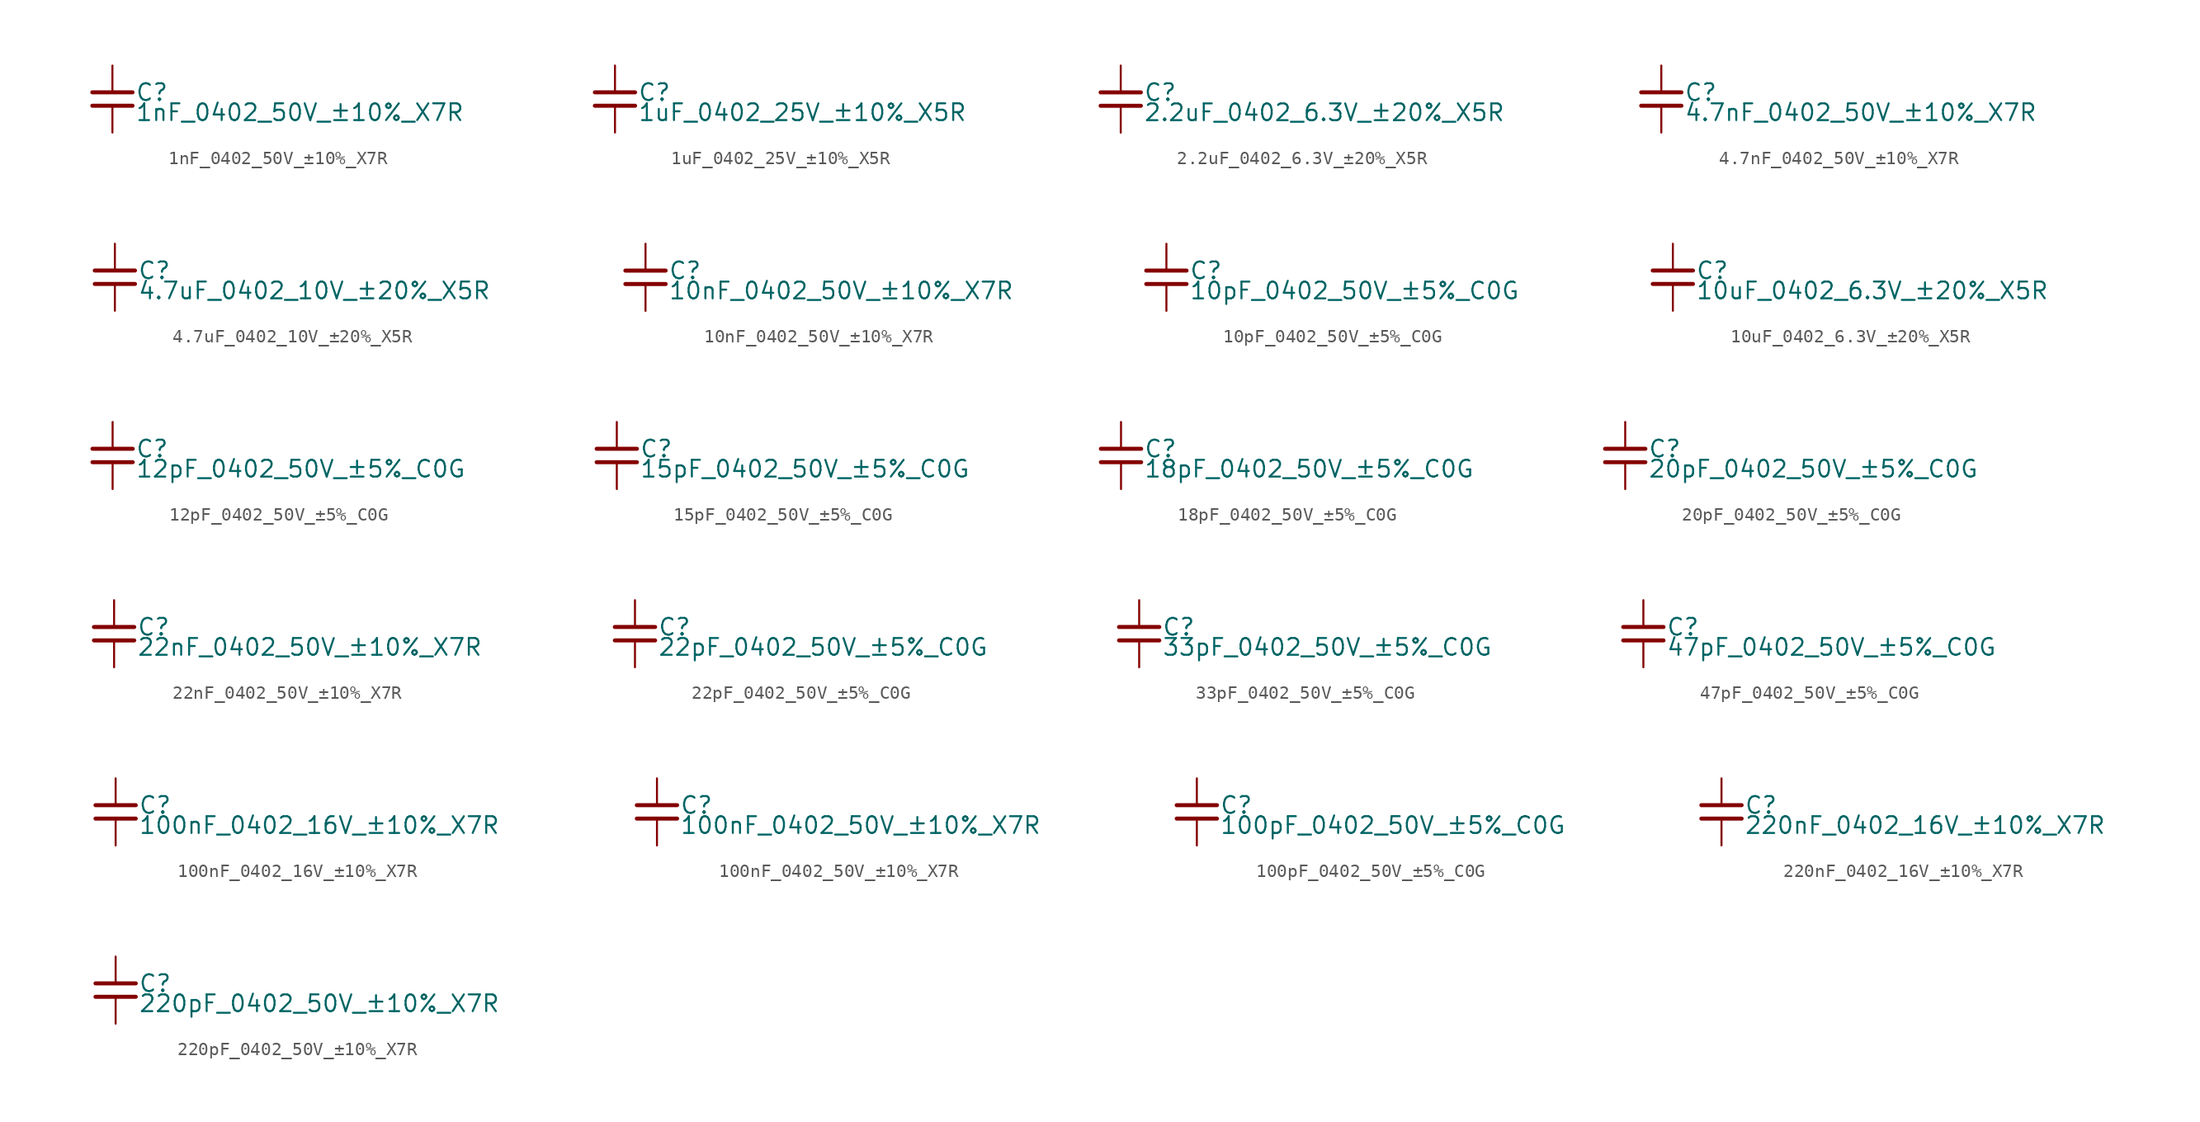
<source format=kicad_sym>
(kicad_symbol_lib
  (version 20200101)
  (generator kicad-library-utils)
  (symbol "1nF_0402_50V_±10%_X7R"
    (property "Reference" "C"
      (at 1.71 0.508 0.0)
      (effects (font (size 1.27 1.27)) (justify left)))
    (property "Value" "1nF_0402_50V_±10%_X7R"
      (at 1.71 -1.016 0.0)
      (effects (font (size 1.27 1.27)) (justify left)))
    (property "ki_fp_filters" ""
      (at 0.0 0.0 0.0)
      (effects (font (size 1.27 1.27))))
    (symbol "1nF_0402_50V_±10%_X7R_0_0"
      (polyline (pts (xy -1.524 -0.508) (xy 1.524 -0.508)) (stroke (width 0.305)) (fill (type none)))
      (polyline (pts (xy -1.524 0.508) (xy 1.524 0.508)) (stroke (width 0.305)) (fill (type none)))
      (pin passive line (at 0 2.54 270) (length 2.032) (name "~" (effects (font (size 0 0)) hide)) (number "1" (effects (font (size 0 0)) hide)))
      (pin passive line (at 0 -2.54 90) (length 2.032) (name "~" (effects (font (size 0 0)) hide)) (number "2" (effects (font (size 0 0)) hide)))))
  (symbol "1uF_0402_25V_±10%_X5R"
    (property "Reference" "C"
      (at 1.71 0.508 0.0)
      (effects (font (size 1.27 1.27)) (justify left)))
    (property "Value" "1uF_0402_25V_±10%_X5R"
      (at 1.71 -1.016 0.0)
      (effects (font (size 1.27 1.27)) (justify left)))
    (property "ki_fp_filters" ""
      (at 0.0 0.0 0.0)
      (effects (font (size 1.27 1.27))))
    (symbol "1uF_0402_25V_±10%_X5R_0_0"
      (polyline (pts (xy -1.524 -0.508) (xy 1.524 -0.508)) (stroke (width 0.305)) (fill (type none)))
      (polyline (pts (xy -1.524 0.508) (xy 1.524 0.508)) (stroke (width 0.305)) (fill (type none)))
      (pin passive line (at 0 2.54 270) (length 2.032) (name "~" (effects (font (size 0 0)) hide)) (number "1" (effects (font (size 0 0)) hide)))
      (pin passive line (at 0 -2.54 90) (length 2.032) (name "~" (effects (font (size 0 0)) hide)) (number "2" (effects (font (size 0 0)) hide)))))
  (symbol "2.2uF_0402_6.3V_±20%_X5R"
    (property "Reference" "C"
      (at 1.71 0.508 0.0)
      (effects (font (size 1.27 1.27)) (justify left)))
    (property "Value" "2.2uF_0402_6.3V_±20%_X5R"
      (at 1.71 -1.016 0.0)
      (effects (font (size 1.27 1.27)) (justify left)))
    (property "ki_fp_filters" ""
      (at 0.0 0.0 0.0)
      (effects (font (size 1.27 1.27))))
    (symbol "2.2uF_0402_6.3V_±20%_X5R_0_0"
      (polyline (pts (xy -1.524 -0.508) (xy 1.524 -0.508)) (stroke (width 0.305)) (fill (type none)))
      (polyline (pts (xy -1.524 0.508) (xy 1.524 0.508)) (stroke (width 0.305)) (fill (type none)))
      (pin passive line (at 0 2.54 270) (length 2.032) (name "~" (effects (font (size 0 0)) hide)) (number "1" (effects (font (size 0 0)) hide)))
      (pin passive line (at 0 -2.54 90) (length 2.032) (name "~" (effects (font (size 0 0)) hide)) (number "2" (effects (font (size 0 0)) hide)))))
  (symbol "4.7nF_0402_50V_±10%_X7R"
    (property "Reference" "C"
      (at 1.71 0.508 0.0)
      (effects (font (size 1.27 1.27)) (justify left)))
    (property "Value" "4.7nF_0402_50V_±10%_X7R"
      (at 1.71 -1.016 0.0)
      (effects (font (size 1.27 1.27)) (justify left)))
    (property "ki_fp_filters" ""
      (at 0.0 0.0 0.0)
      (effects (font (size 1.27 1.27))))
    (symbol "4.7nF_0402_50V_±10%_X7R_0_0"
      (polyline (pts (xy -1.524 -0.508) (xy 1.524 -0.508)) (stroke (width 0.305)) (fill (type none)))
      (polyline (pts (xy -1.524 0.508) (xy 1.524 0.508)) (stroke (width 0.305)) (fill (type none)))
      (pin passive line (at 0 2.54 270) (length 2.032) (name "~" (effects (font (size 0 0)) hide)) (number "1" (effects (font (size 0 0)) hide)))
      (pin passive line (at 0 -2.54 90) (length 2.032) (name "~" (effects (font (size 0 0)) hide)) (number "2" (effects (font (size 0 0)) hide)))))
  (symbol "4.7uF_0402_10V_±20%_X5R"
    (property "Reference" "C"
      (at 1.71 0.508 0.0)
      (effects (font (size 1.27 1.27)) (justify left)))
    (property "Value" "4.7uF_0402_10V_±20%_X5R"
      (at 1.71 -1.016 0.0)
      (effects (font (size 1.27 1.27)) (justify left)))
    (property "ki_fp_filters" ""
      (at 0.0 0.0 0.0)
      (effects (font (size 1.27 1.27))))
    (symbol "4.7uF_0402_10V_±20%_X5R_0_0"
      (polyline (pts (xy -1.524 -0.508) (xy 1.524 -0.508)) (stroke (width 0.305)) (fill (type none)))
      (polyline (pts (xy -1.524 0.508) (xy 1.524 0.508)) (stroke (width 0.305)) (fill (type none)))
      (pin passive line (at 0 2.54 270) (length 2.032) (name "~" (effects (font (size 0 0)) hide)) (number "1" (effects (font (size 0 0)) hide)))
      (pin passive line (at 0 -2.54 90) (length 2.032) (name "~" (effects (font (size 0 0)) hide)) (number "2" (effects (font (size 0 0)) hide)))))
  (symbol "10nF_0402_50V_±10%_X7R"
    (property "Reference" "C"
      (at 1.71 0.508 0.0)
      (effects (font (size 1.27 1.27)) (justify left)))
    (property "Value" "10nF_0402_50V_±10%_X7R"
      (at 1.71 -1.016 0.0)
      (effects (font (size 1.27 1.27)) (justify left)))
    (property "ki_fp_filters" ""
      (at 0.0 0.0 0.0)
      (effects (font (size 1.27 1.27))))
    (symbol "10nF_0402_50V_±10%_X7R_0_0"
      (polyline (pts (xy -1.524 -0.508) (xy 1.524 -0.508)) (stroke (width 0.305)) (fill (type none)))
      (polyline (pts (xy -1.524 0.508) (xy 1.524 0.508)) (stroke (width 0.305)) (fill (type none)))
      (pin passive line (at 0 2.54 270) (length 2.032) (name "~" (effects (font (size 0 0)) hide)) (number "1" (effects (font (size 0 0)) hide)))
      (pin passive line (at 0 -2.54 90) (length 2.032) (name "~" (effects (font (size 0 0)) hide)) (number "2" (effects (font (size 0 0)) hide)))))
  (symbol "10pF_0402_50V_±5%_C0G"
    (property "Reference" "C"
      (at 1.71 0.508 0.0)
      (effects (font (size 1.27 1.27)) (justify left)))
    (property "Value" "10pF_0402_50V_±5%_C0G"
      (at 1.71 -1.016 0.0)
      (effects (font (size 1.27 1.27)) (justify left)))
    (property "ki_fp_filters" ""
      (at 0.0 0.0 0.0)
      (effects (font (size 1.27 1.27))))
    (symbol "10pF_0402_50V_±5%_C0G_0_0"
      (polyline (pts (xy -1.524 -0.508) (xy 1.524 -0.508)) (stroke (width 0.305)) (fill (type none)))
      (polyline (pts (xy -1.524 0.508) (xy 1.524 0.508)) (stroke (width 0.305)) (fill (type none)))
      (pin passive line (at 0 2.54 270) (length 2.032) (name "~" (effects (font (size 0 0)) hide)) (number "1" (effects (font (size 0 0)) hide)))
      (pin passive line (at 0 -2.54 90) (length 2.032) (name "~" (effects (font (size 0 0)) hide)) (number "2" (effects (font (size 0 0)) hide)))))
  (symbol "10uF_0402_6.3V_±20%_X5R"
    (property "Reference" "C"
      (at 1.71 0.508 0.0)
      (effects (font (size 1.27 1.27)) (justify left)))
    (property "Value" "10uF_0402_6.3V_±20%_X5R"
      (at 1.71 -1.016 0.0)
      (effects (font (size 1.27 1.27)) (justify left)))
    (property "ki_fp_filters" ""
      (at 0.0 0.0 0.0)
      (effects (font (size 1.27 1.27))))
    (symbol "10uF_0402_6.3V_±20%_X5R_0_0"
      (polyline (pts (xy -1.524 -0.508) (xy 1.524 -0.508)) (stroke (width 0.305)) (fill (type none)))
      (polyline (pts (xy -1.524 0.508) (xy 1.524 0.508)) (stroke (width 0.305)) (fill (type none)))
      (pin passive line (at 0 2.54 270) (length 2.032) (name "~" (effects (font (size 0 0)) hide)) (number "1" (effects (font (size 0 0)) hide)))
      (pin passive line (at 0 -2.54 90) (length 2.032) (name "~" (effects (font (size 0 0)) hide)) (number "2" (effects (font (size 0 0)) hide)))))
  (symbol "12pF_0402_50V_±5%_C0G"
    (property "Reference" "C"
      (at 1.71 0.508 0.0)
      (effects (font (size 1.27 1.27)) (justify left)))
    (property "Value" "12pF_0402_50V_±5%_C0G"
      (at 1.71 -1.016 0.0)
      (effects (font (size 1.27 1.27)) (justify left)))
    (property "ki_fp_filters" ""
      (at 0.0 0.0 0.0)
      (effects (font (size 1.27 1.27))))
    (symbol "12pF_0402_50V_±5%_C0G_0_0"
      (polyline (pts (xy -1.524 -0.508) (xy 1.524 -0.508)) (stroke (width 0.305)) (fill (type none)))
      (polyline (pts (xy -1.524 0.508) (xy 1.524 0.508)) (stroke (width 0.305)) (fill (type none)))
      (pin passive line (at 0 2.54 270) (length 2.032) (name "~" (effects (font (size 0 0)) hide)) (number "1" (effects (font (size 0 0)) hide)))
      (pin passive line (at 0 -2.54 90) (length 2.032) (name "~" (effects (font (size 0 0)) hide)) (number "2" (effects (font (size 0 0)) hide)))))
  (symbol "15pF_0402_50V_±5%_C0G"
    (property "Reference" "C"
      (at 1.71 0.508 0.0)
      (effects (font (size 1.27 1.27)) (justify left)))
    (property "Value" "15pF_0402_50V_±5%_C0G"
      (at 1.71 -1.016 0.0)
      (effects (font (size 1.27 1.27)) (justify left)))
    (property "ki_fp_filters" ""
      (at 0.0 0.0 0.0)
      (effects (font (size 1.27 1.27))))
    (symbol "15pF_0402_50V_±5%_C0G_0_0"
      (polyline (pts (xy -1.524 -0.508) (xy 1.524 -0.508)) (stroke (width 0.305)) (fill (type none)))
      (polyline (pts (xy -1.524 0.508) (xy 1.524 0.508)) (stroke (width 0.305)) (fill (type none)))
      (pin passive line (at 0 2.54 270) (length 2.032) (name "~" (effects (font (size 0 0)) hide)) (number "1" (effects (font (size 0 0)) hide)))
      (pin passive line (at 0 -2.54 90) (length 2.032) (name "~" (effects (font (size 0 0)) hide)) (number "2" (effects (font (size 0 0)) hide)))))
  (symbol "18pF_0402_50V_±5%_C0G"
    (property "Reference" "C"
      (at 1.71 0.508 0.0)
      (effects (font (size 1.27 1.27)) (justify left)))
    (property "Value" "18pF_0402_50V_±5%_C0G"
      (at 1.71 -1.016 0.0)
      (effects (font (size 1.27 1.27)) (justify left)))
    (property "ki_fp_filters" ""
      (at 0.0 0.0 0.0)
      (effects (font (size 1.27 1.27))))
    (symbol "18pF_0402_50V_±5%_C0G_0_0"
      (polyline (pts (xy -1.524 -0.508) (xy 1.524 -0.508)) (stroke (width 0.305)) (fill (type none)))
      (polyline (pts (xy -1.524 0.508) (xy 1.524 0.508)) (stroke (width 0.305)) (fill (type none)))
      (pin passive line (at 0 2.54 270) (length 2.032) (name "~" (effects (font (size 0 0)) hide)) (number "1" (effects (font (size 0 0)) hide)))
      (pin passive line (at 0 -2.54 90) (length 2.032) (name "~" (effects (font (size 0 0)) hide)) (number "2" (effects (font (size 0 0)) hide)))))
  (symbol "20pF_0402_50V_±5%_C0G"
    (property "Reference" "C"
      (at 1.71 0.508 0.0)
      (effects (font (size 1.27 1.27)) (justify left)))
    (property "Value" "20pF_0402_50V_±5%_C0G"
      (at 1.71 -1.016 0.0)
      (effects (font (size 1.27 1.27)) (justify left)))
    (property "ki_fp_filters" ""
      (at 0.0 0.0 0.0)
      (effects (font (size 1.27 1.27))))
    (symbol "20pF_0402_50V_±5%_C0G_0_0"
      (polyline (pts (xy -1.524 -0.508) (xy 1.524 -0.508)) (stroke (width 0.305)) (fill (type none)))
      (polyline (pts (xy -1.524 0.508) (xy 1.524 0.508)) (stroke (width 0.305)) (fill (type none)))
      (pin passive line (at 0 2.54 270) (length 2.032) (name "~" (effects (font (size 0 0)) hide)) (number "1" (effects (font (size 0 0)) hide)))
      (pin passive line (at 0 -2.54 90) (length 2.032) (name "~" (effects (font (size 0 0)) hide)) (number "2" (effects (font (size 0 0)) hide)))))
  (symbol "22nF_0402_50V_±10%_X7R"
    (property "Reference" "C"
      (at 1.71 0.508 0.0)
      (effects (font (size 1.27 1.27)) (justify left)))
    (property "Value" "22nF_0402_50V_±10%_X7R"
      (at 1.71 -1.016 0.0)
      (effects (font (size 1.27 1.27)) (justify left)))
    (property "ki_fp_filters" ""
      (at 0.0 0.0 0.0)
      (effects (font (size 1.27 1.27))))
    (symbol "22nF_0402_50V_±10%_X7R_0_0"
      (polyline (pts (xy -1.524 -0.508) (xy 1.524 -0.508)) (stroke (width 0.305)) (fill (type none)))
      (polyline (pts (xy -1.524 0.508) (xy 1.524 0.508)) (stroke (width 0.305)) (fill (type none)))
      (pin passive line (at 0 2.54 270) (length 2.032) (name "~" (effects (font (size 0 0)) hide)) (number "1" (effects (font (size 0 0)) hide)))
      (pin passive line (at 0 -2.54 90) (length 2.032) (name "~" (effects (font (size 0 0)) hide)) (number "2" (effects (font (size 0 0)) hide)))))
  (symbol "22pF_0402_50V_±5%_C0G"
    (property "Reference" "C"
      (at 1.71 0.508 0.0)
      (effects (font (size 1.27 1.27)) (justify left)))
    (property "Value" "22pF_0402_50V_±5%_C0G"
      (at 1.71 -1.016 0.0)
      (effects (font (size 1.27 1.27)) (justify left)))
    (property "ki_fp_filters" ""
      (at 0.0 0.0 0.0)
      (effects (font (size 1.27 1.27))))
    (symbol "22pF_0402_50V_±5%_C0G_0_0"
      (polyline (pts (xy -1.524 -0.508) (xy 1.524 -0.508)) (stroke (width 0.305)) (fill (type none)))
      (polyline (pts (xy -1.524 0.508) (xy 1.524 0.508)) (stroke (width 0.305)) (fill (type none)))
      (pin passive line (at 0 2.54 270) (length 2.032) (name "~" (effects (font (size 0 0)) hide)) (number "1" (effects (font (size 0 0)) hide)))
      (pin passive line (at 0 -2.54 90) (length 2.032) (name "~" (effects (font (size 0 0)) hide)) (number "2" (effects (font (size 0 0)) hide)))))
  (symbol "33pF_0402_50V_±5%_C0G"
    (property "Reference" "C"
      (at 1.71 0.508 0.0)
      (effects (font (size 1.27 1.27)) (justify left)))
    (property "Value" "33pF_0402_50V_±5%_C0G"
      (at 1.71 -1.016 0.0)
      (effects (font (size 1.27 1.27)) (justify left)))
    (property "ki_fp_filters" ""
      (at 0.0 0.0 0.0)
      (effects (font (size 1.27 1.27))))
    (symbol "33pF_0402_50V_±5%_C0G_0_0"
      (polyline (pts (xy -1.524 -0.508) (xy 1.524 -0.508)) (stroke (width 0.305)) (fill (type none)))
      (polyline (pts (xy -1.524 0.508) (xy 1.524 0.508)) (stroke (width 0.305)) (fill (type none)))
      (pin passive line (at 0 2.54 270) (length 2.032) (name "~" (effects (font (size 0 0)) hide)) (number "1" (effects (font (size 0 0)) hide)))
      (pin passive line (at 0 -2.54 90) (length 2.032) (name "~" (effects (font (size 0 0)) hide)) (number "2" (effects (font (size 0 0)) hide)))))
  (symbol "47pF_0402_50V_±5%_C0G"
    (property "Reference" "C"
      (at 1.71 0.508 0.0)
      (effects (font (size 1.27 1.27)) (justify left)))
    (property "Value" "47pF_0402_50V_±5%_C0G"
      (at 1.71 -1.016 0.0)
      (effects (font (size 1.27 1.27)) (justify left)))
    (property "ki_fp_filters" ""
      (at 0.0 0.0 0.0)
      (effects (font (size 1.27 1.27))))
    (symbol "47pF_0402_50V_±5%_C0G_0_0"
      (polyline (pts (xy -1.524 -0.508) (xy 1.524 -0.508)) (stroke (width 0.305)) (fill (type none)))
      (polyline (pts (xy -1.524 0.508) (xy 1.524 0.508)) (stroke (width 0.305)) (fill (type none)))
      (pin passive line (at 0 2.54 270) (length 2.032) (name "~" (effects (font (size 0 0)) hide)) (number "1" (effects (font (size 0 0)) hide)))
      (pin passive line (at 0 -2.54 90) (length 2.032) (name "~" (effects (font (size 0 0)) hide)) (number "2" (effects (font (size 0 0)) hide)))))
  (symbol "100nF_0402_16V_±10%_X7R"
    (property "Reference" "C"
      (at 1.71 0.508 0.0)
      (effects (font (size 1.27 1.27)) (justify left)))
    (property "Value" "100nF_0402_16V_±10%_X7R"
      (at 1.71 -1.016 0.0)
      (effects (font (size 1.27 1.27)) (justify left)))
    (property "ki_fp_filters" ""
      (at 0.0 0.0 0.0)
      (effects (font (size 1.27 1.27))))
    (symbol "100nF_0402_16V_±10%_X7R_0_0"
      (polyline (pts (xy -1.524 -0.508) (xy 1.524 -0.508)) (stroke (width 0.305)) (fill (type none)))
      (polyline (pts (xy -1.524 0.508) (xy 1.524 0.508)) (stroke (width 0.305)) (fill (type none)))
      (pin passive line (at 0 2.54 270) (length 2.032) (name "~" (effects (font (size 0 0)) hide)) (number "1" (effects (font (size 0 0)) hide)))
      (pin passive line (at 0 -2.54 90) (length 2.032) (name "~" (effects (font (size 0 0)) hide)) (number "2" (effects (font (size 0 0)) hide)))))
  (symbol "100nF_0402_50V_±10%_X7R"
    (property "Reference" "C"
      (at 1.71 0.508 0.0)
      (effects (font (size 1.27 1.27)) (justify left)))
    (property "Value" "100nF_0402_50V_±10%_X7R"
      (at 1.71 -1.016 0.0)
      (effects (font (size 1.27 1.27)) (justify left)))
    (property "ki_fp_filters" ""
      (at 0.0 0.0 0.0)
      (effects (font (size 1.27 1.27))))
    (symbol "100nF_0402_50V_±10%_X7R_0_0"
      (polyline (pts (xy -1.524 -0.508) (xy 1.524 -0.508)) (stroke (width 0.305)) (fill (type none)))
      (polyline (pts (xy -1.524 0.508) (xy 1.524 0.508)) (stroke (width 0.305)) (fill (type none)))
      (pin passive line (at 0 2.54 270) (length 2.032) (name "~" (effects (font (size 0 0)) hide)) (number "1" (effects (font (size 0 0)) hide)))
      (pin passive line (at 0 -2.54 90) (length 2.032) (name "~" (effects (font (size 0 0)) hide)) (number "2" (effects (font (size 0 0)) hide)))))
  (symbol "100pF_0402_50V_±5%_C0G"
    (property "Reference" "C"
      (at 1.71 0.508 0.0)
      (effects (font (size 1.27 1.27)) (justify left)))
    (property "Value" "100pF_0402_50V_±5%_C0G"
      (at 1.71 -1.016 0.0)
      (effects (font (size 1.27 1.27)) (justify left)))
    (property "ki_fp_filters" ""
      (at 0.0 0.0 0.0)
      (effects (font (size 1.27 1.27))))
    (symbol "100pF_0402_50V_±5%_C0G_0_0"
      (polyline (pts (xy -1.524 -0.508) (xy 1.524 -0.508)) (stroke (width 0.305)) (fill (type none)))
      (polyline (pts (xy -1.524 0.508) (xy 1.524 0.508)) (stroke (width 0.305)) (fill (type none)))
      (pin passive line (at 0 2.54 270) (length 2.032) (name "~" (effects (font (size 0 0)) hide)) (number "1" (effects (font (size 0 0)) hide)))
      (pin passive line (at 0 -2.54 90) (length 2.032) (name "~" (effects (font (size 0 0)) hide)) (number "2" (effects (font (size 0 0)) hide)))))
  (symbol "220nF_0402_16V_±10%_X7R"
    (property "Reference" "C"
      (at 1.71 0.508 0.0)
      (effects (font (size 1.27 1.27)) (justify left)))
    (property "Value" "220nF_0402_16V_±10%_X7R"
      (at 1.71 -1.016 0.0)
      (effects (font (size 1.27 1.27)) (justify left)))
    (property "ki_fp_filters" ""
      (at 0.0 0.0 0.0)
      (effects (font (size 1.27 1.27))))
    (symbol "220nF_0402_16V_±10%_X7R_0_0"
      (polyline (pts (xy -1.524 -0.508) (xy 1.524 -0.508)) (stroke (width 0.305)) (fill (type none)))
      (polyline (pts (xy -1.524 0.508) (xy 1.524 0.508)) (stroke (width 0.305)) (fill (type none)))
      (pin passive line (at 0 2.54 270) (length 2.032) (name "~" (effects (font (size 0 0)) hide)) (number "1" (effects (font (size 0 0)) hide)))
      (pin passive line (at 0 -2.54 90) (length 2.032) (name "~" (effects (font (size 0 0)) hide)) (number "2" (effects (font (size 0 0)) hide)))))
  (symbol "220pF_0402_50V_±10%_X7R"
    (property "Reference" "C"
      (at 1.71 0.508 0.0)
      (effects (font (size 1.27 1.27)) (justify left)))
    (property "Value" "220pF_0402_50V_±10%_X7R"
      (at 1.71 -1.016 0.0)
      (effects (font (size 1.27 1.27)) (justify left)))
    (property "ki_fp_filters" ""
      (at 0.0 0.0 0.0)
      (effects (font (size 1.27 1.27))))
    (symbol "220pF_0402_50V_±10%_X7R_0_0"
      (polyline (pts (xy -1.524 -0.508) (xy 1.524 -0.508)) (stroke (width 0.305)) (fill (type none)))
      (polyline (pts (xy -1.524 0.508) (xy 1.524 0.508)) (stroke (width 0.305)) (fill (type none)))
      (pin passive line (at 0 2.54 270) (length 2.032) (name "~" (effects (font (size 0 0)) hide)) (number "1" (effects (font (size 0 0)) hide)))
      (pin passive line (at 0 -2.54 90) (length 2.032) (name "~" (effects (font (size 0 0)) hide)) (number "2" (effects (font (size 0 0)) hide))))))
</source>
